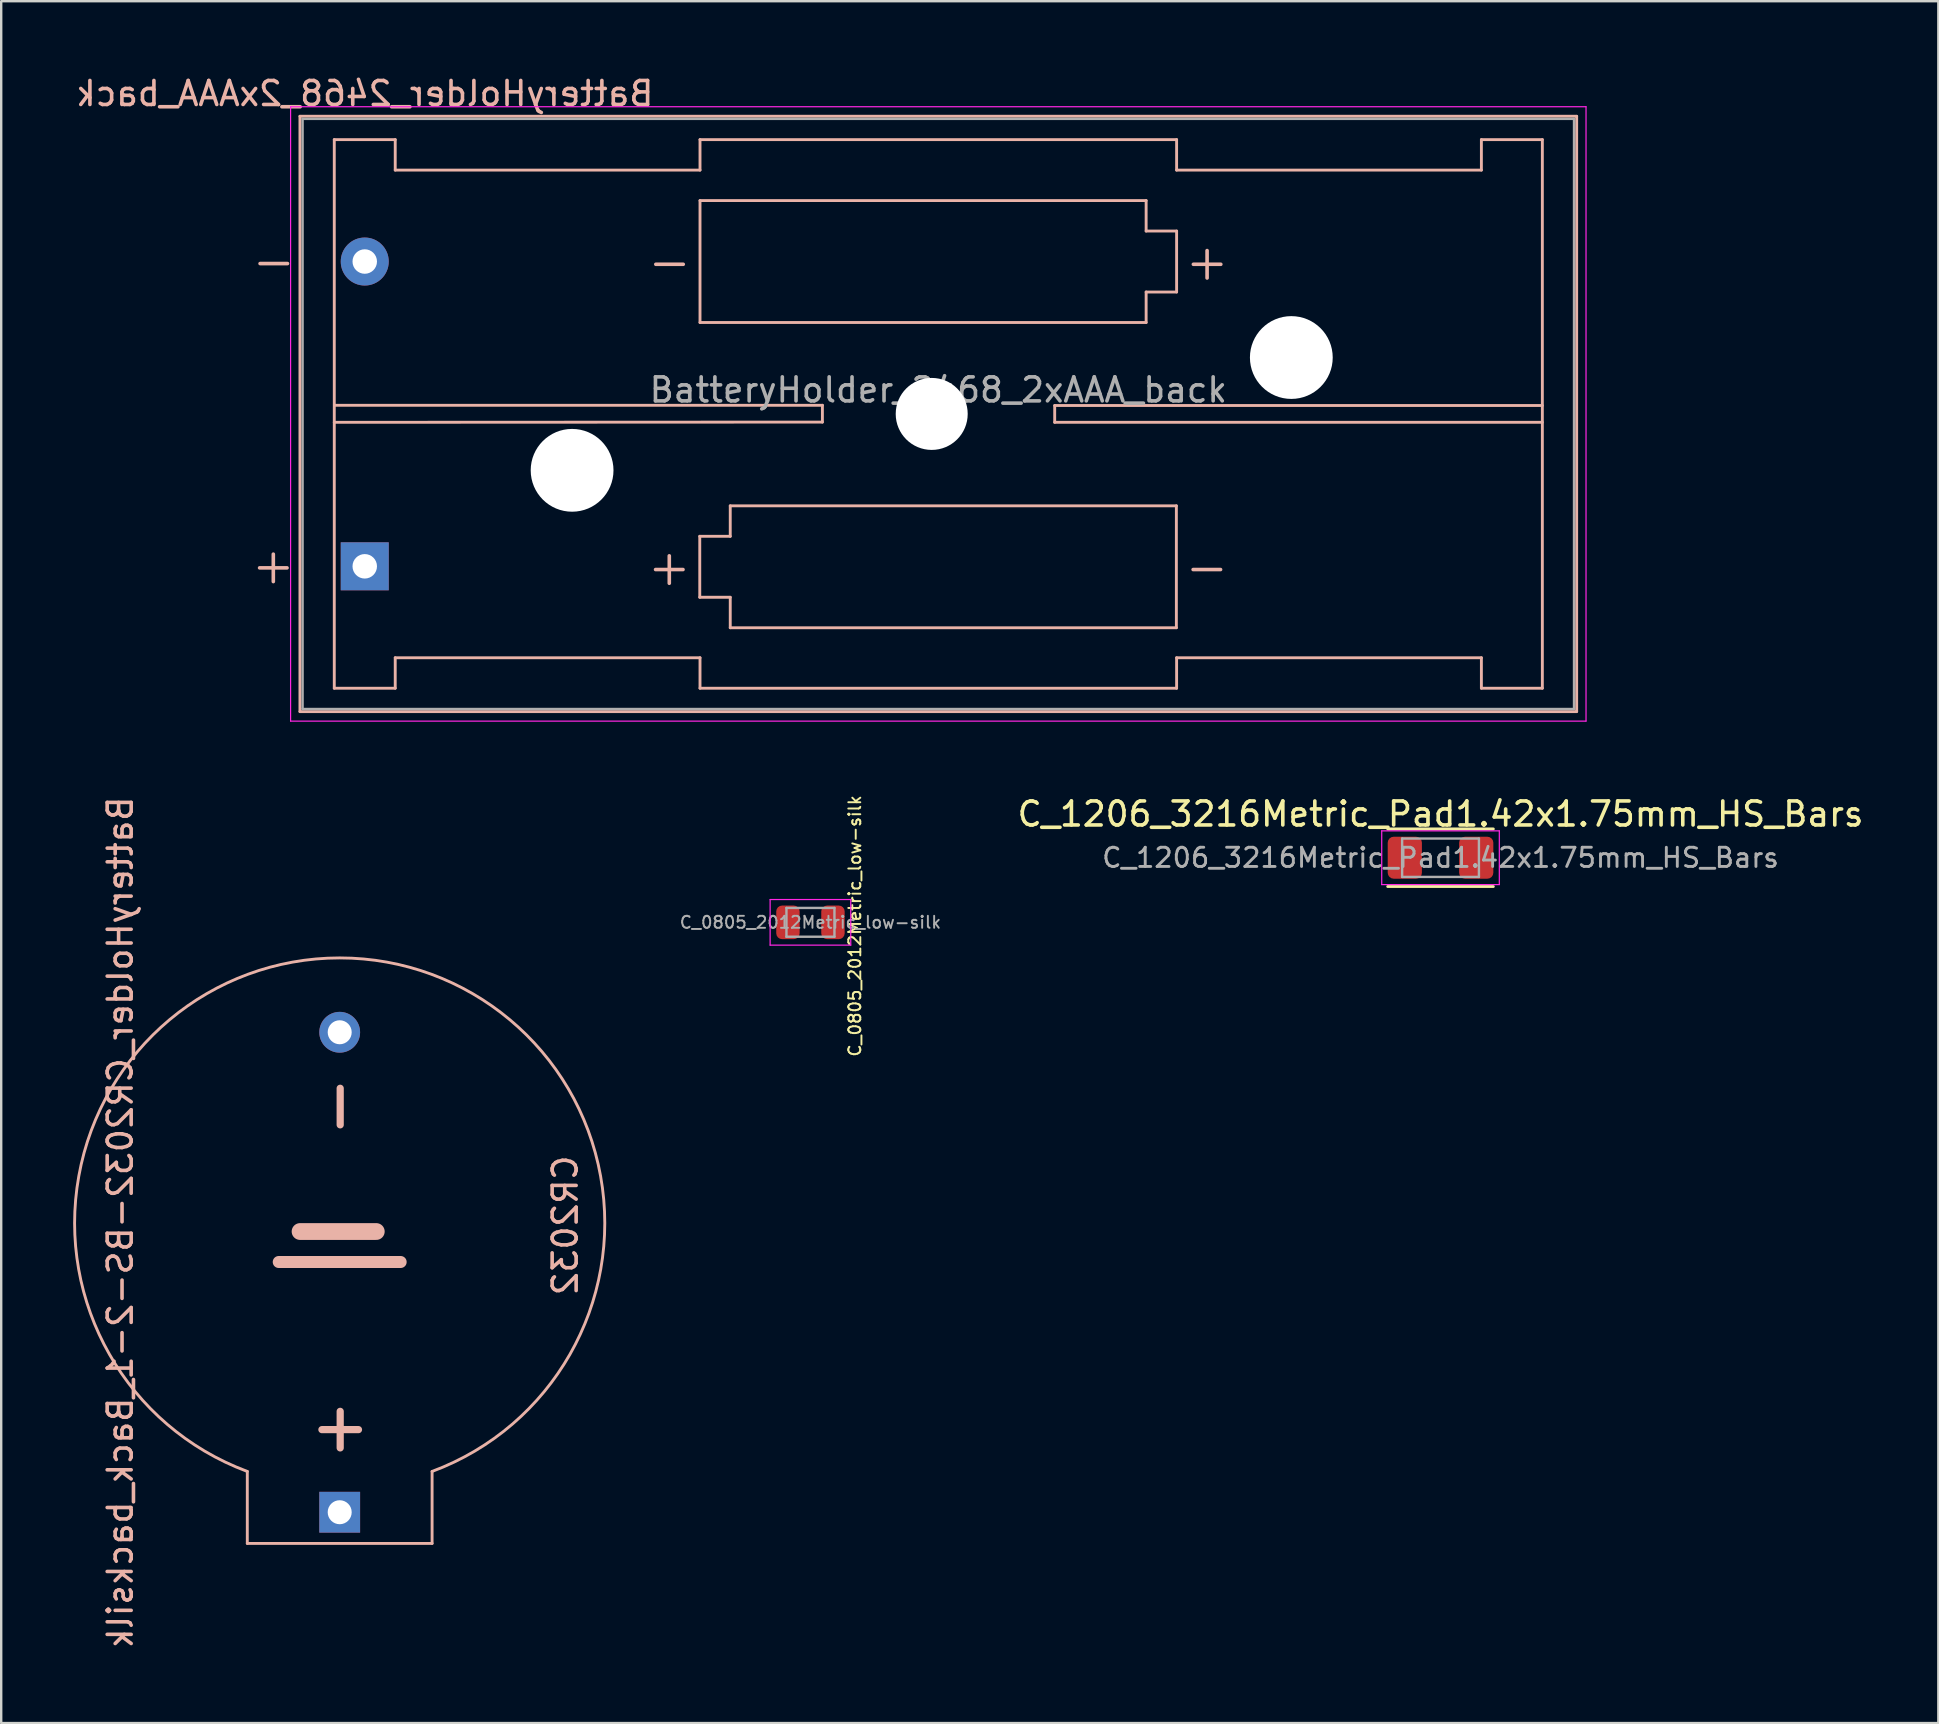
<source format=kicad_pcb>
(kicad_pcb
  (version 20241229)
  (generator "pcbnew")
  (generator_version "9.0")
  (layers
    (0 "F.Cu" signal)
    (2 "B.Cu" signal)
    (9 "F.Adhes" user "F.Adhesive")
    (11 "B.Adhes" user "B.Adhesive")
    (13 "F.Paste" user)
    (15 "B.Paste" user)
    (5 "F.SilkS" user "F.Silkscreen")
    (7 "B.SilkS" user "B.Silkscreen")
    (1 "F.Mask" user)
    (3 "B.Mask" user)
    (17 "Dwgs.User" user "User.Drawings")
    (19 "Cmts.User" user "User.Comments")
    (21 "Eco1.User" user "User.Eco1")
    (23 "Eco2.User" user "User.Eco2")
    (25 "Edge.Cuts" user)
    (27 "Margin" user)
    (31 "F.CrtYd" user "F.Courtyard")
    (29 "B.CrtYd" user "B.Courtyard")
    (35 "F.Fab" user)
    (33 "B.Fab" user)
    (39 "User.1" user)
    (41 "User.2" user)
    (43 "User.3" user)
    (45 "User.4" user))
  (footprint "C_0805_2012Metric_low-silk"
    (layer "F.Cu")
    (at 30.721 35.384)
    (property "Reference" "C_0805_2012Metric_low-silk" (at 1.85 0.15 270) (layer "F.SilkS") (effects (font (size 0.5 0.5) (thickness 0.08))))
    (attr smd)
    (fp_line (start -1.68 -0.95) (end 1.68 -0.95) (stroke (width 0.05) (type solid)) (layer "F.CrtYd"))
    (fp_line (start -1.68 0.95) (end -1.68 -0.95) (stroke (width 0.05) (type solid)) (layer "F.CrtYd"))
    (fp_line (start 1.68 -0.95) (end 1.68 0.95) (stroke (width 0.05) (type solid)) (layer "F.CrtYd"))
    (fp_line (start 1.68 0.95) (end -1.68 0.95) (stroke (width 0.05) (type solid)) (layer "F.CrtYd"))
    (fp_line (start -1 -0.6) (end 1 -0.6) (stroke (width 0.1) (type solid)) (layer "F.Fab"))
    (fp_line (start -1 0.6) (end -1 -0.6) (stroke (width 0.1) (type solid)) (layer "F.Fab"))
    (fp_line (start 1 -0.6) (end 1 0.6) (stroke (width 0.1) (type solid)) (layer "F.Fab"))
    (fp_line (start 1 0.6) (end -1 0.6) (stroke (width 0.1) (type solid)) (layer "F.Fab"))
    (fp_text user "${REFERENCE}" (at 0 0 0) (layer "F.Fab") (effects (font (size 0.5 0.5) (thickness 0.08))))
    (pad "1" smd roundrect (at -0.938 0) (size 0.975 1.4) (layers "F.Cu" "F.Mask" "F.Paste") (roundrect_rratio 0.25))
    (pad "2" smd roundrect (at 0.938 0) (size 0.975 1.4) (layers "F.Cu" "F.Mask" "F.Paste") (roundrect_rratio 0.25)))
  (footprint "BatteryHolder_2468_2xAAA_back"
    (layer "F.Cu")
    (at 12.149 7.848)
    (property "Reference" "BatteryHolder_2468_2xAAA_back" (at 0 -7 0) (layer "B.SilkS") (effects (font (size 1 1) (thickness 0.15)) (justify mirror)))
    (attr through_hole)
    (fp_line (start -2.7 -6.05) (end -2.7 18.75) (stroke (width 0.12) (type solid)) (layer "B.SilkS"))
    (fp_line (start -2.7 18.755) (end 50.5 18.755) (stroke (width 0.12) (type solid)) (layer "B.SilkS"))
    (fp_line (start -1.27 -5.08) (end -1.27 17.78) (stroke (width 0.12) (type solid)) (layer "B.SilkS"))
    (fp_line (start -1.27 17.78) (end 1.27 17.78) (stroke (width 0.12) (type solid)) (layer "B.SilkS"))
    (fp_line (start 1.27 -5.08) (end -1.27 -5.08) (stroke (width 0.12) (type solid)) (layer "B.SilkS"))
    (fp_line (start 1.27 -3.81) (end 1.27 -5.08) (stroke (width 0.12) (type solid)) (layer "B.SilkS"))
    (fp_line (start 1.27 -3.81) (end 13.97 -3.81) (stroke (width 0.12) (type solid)) (layer "B.SilkS"))
    (fp_line (start 1.27 16.51) (end 13.97 16.51) (stroke (width 0.12) (type solid)) (layer "B.SilkS"))
    (fp_line (start 1.27 17.78) (end 1.27 16.51) (stroke (width 0.12) (type solid)) (layer "B.SilkS"))
    (fp_line (start 13.96 11.45) (end 15.23 11.45) (stroke (width 0.12) (type solid)) (layer "B.SilkS"))
    (fp_line (start 13.96 13.99) (end 13.96 11.45) (stroke (width 0.12) (type solid)) (layer "B.SilkS"))
    (fp_line (start 13.97 -5.08) (end 13.97 -3.81) (stroke (width 0.12) (type solid)) (layer "B.SilkS"))
    (fp_line (start 13.97 -2.54) (end 32.56 -2.54) (stroke (width 0.12) (type solid)) (layer "B.SilkS"))
    (fp_line (start 13.97 2.54) (end 13.97 -2.54) (stroke (width 0.12) (type solid)) (layer "B.SilkS"))
    (fp_line (start 13.97 16.51) (end 13.97 17.78) (stroke (width 0.12) (type solid)) (layer "B.SilkS"))
    (fp_line (start 13.97 17.78) (end 33.83 17.78) (stroke (width 0.12) (type solid)) (layer "B.SilkS"))
    (fp_line (start 15.23 10.18) (end 33.82 10.18) (stroke (width 0.12) (type solid)) (layer "B.SilkS"))
    (fp_line (start 15.23 11.45) (end 15.23 10.18) (stroke (width 0.12) (type solid)) (layer "B.SilkS"))
    (fp_line (start 15.23 13.99) (end 13.96 13.99) (stroke (width 0.12) (type solid)) (layer "B.SilkS"))
    (fp_line (start 15.23 15.26) (end 15.23 13.99) (stroke (width 0.12) (type solid)) (layer "B.SilkS"))
    (fp_line (start 19.07 5.99) (end -1.25 5.99) (stroke (width 0.12) (type solid)) (layer "B.SilkS"))
    (fp_line (start 19.07 5.99) (end 19.07 6.69) (stroke (width 0.12) (type solid)) (layer "B.SilkS"))
    (fp_line (start 19.07 6.69) (end -1.27 6.7) (stroke (width 0.12) (type solid)) (layer "B.SilkS"))
    (fp_line (start 28.75 6) (end 28.75 6.7) (stroke (width 0.12) (type solid)) (layer "B.SilkS"))
    (fp_line (start 28.75 6.7) (end 49.07 6.7) (stroke (width 0.12) (type solid)) (layer "B.SilkS"))
    (fp_line (start 32.56 -2.54) (end 32.56 -1.27) (stroke (width 0.12) (type solid)) (layer "B.SilkS"))
    (fp_line (start 32.56 -1.27) (end 33.83 -1.27) (stroke (width 0.12) (type solid)) (layer "B.SilkS"))
    (fp_line (start 32.56 1.27) (end 32.56 2.54) (stroke (width 0.12) (type solid)) (layer "B.SilkS"))
    (fp_line (start 32.56 2.54) (end 13.97 2.54) (stroke (width 0.12) (type solid)) (layer "B.SilkS"))
    (fp_line (start 33.82 10.18) (end 33.82 15.26) (stroke (width 0.12) (type solid)) (layer "B.SilkS"))
    (fp_line (start 33.82 15.26) (end 15.23 15.26) (stroke (width 0.12) (type solid)) (layer "B.SilkS"))
    (fp_line (start 33.83 -5.08) (end 13.97 -5.08) (stroke (width 0.12) (type solid)) (layer "B.SilkS"))
    (fp_line (start 33.83 -3.81) (end 33.83 -5.08) (stroke (width 0.12) (type solid)) (layer "B.SilkS"))
    (fp_line (start 33.83 -1.27) (end 33.83 1.27) (stroke (width 0.12) (type solid)) (layer "B.SilkS"))
    (fp_line (start 33.83 1.27) (end 32.56 1.27) (stroke (width 0.12) (type solid)) (layer "B.SilkS"))
    (fp_line (start 33.83 17.78) (end 33.83 16.51) (stroke (width 0.12) (type solid)) (layer "B.SilkS"))
    (fp_line (start 46.53 -5.08) (end 46.53 -3.81) (stroke (width 0.12) (type solid)) (layer "B.SilkS"))
    (fp_line (start 46.53 -3.81) (end 33.83 -3.81) (stroke (width 0.12) (type solid)) (layer "B.SilkS"))
    (fp_line (start 46.53 16.51) (end 33.83 16.51) (stroke (width 0.12) (type solid)) (layer "B.SilkS"))
    (fp_line (start 46.53 17.78) (end 46.53 16.51) (stroke (width 0.12) (type solid)) (layer "B.SilkS"))
    (fp_line (start 49.07 -5.08) (end 46.53 -5.08) (stroke (width 0.12) (type solid)) (layer "B.SilkS"))
    (fp_line (start 49.07 -5.08) (end 49.07 17.78) (stroke (width 0.12) (type solid)) (layer "B.SilkS"))
    (fp_line (start 49.07 6) (end 28.75 6) (stroke (width 0.12) (type solid)) (layer "B.SilkS"))
    (fp_line (start 49.07 17.78) (end 46.53 17.78) (stroke (width 0.12) (type solid)) (layer "B.SilkS"))
    (fp_line (start 50.5 -6.055) (end -2.7 -6.055) (stroke (width 0.12) (type solid)) (layer "B.SilkS"))
    (fp_line (start 50.5 18.75) (end 50.5 -6.05) (stroke (width 0.12) (type solid)) (layer "B.SilkS"))
    (fp_line (start -3.09 -6.45) (end -3.09 19.15) (stroke (width 0.05) (type solid)) (layer "F.CrtYd"))
    (fp_line (start -3.09 19.15) (end 50.89 19.15) (stroke (width 0.05) (type solid)) (layer "F.CrtYd"))
    (fp_line (start 50.89 -6.45) (end -3.09 -6.45) (stroke (width 0.05) (type solid)) (layer "F.CrtYd"))
    (fp_line (start 50.89 19.15) (end 50.89 -6.45) (stroke (width 0.05) (type solid)) (layer "F.CrtYd"))
    (fp_line (start -2.59 -5.945) (end 50.39 -5.945) (stroke (width 0.1) (type solid)) (layer "F.Fab"))
    (fp_line (start -2.59 18.645) (end -2.59 -5.945) (stroke (width 0.1) (type solid)) (layer "F.Fab"))
    (fp_line (start -2.59 18.645) (end 50.39 18.645) (stroke (width 0.1) (type solid)) (layer "F.Fab"))
    (fp_line (start 50.39 18.645) (end 50.39 -5.945) (stroke (width 0.1) (type solid)) (layer "F.Fab"))
    (fp_text user "+" (at 35.1 0 0) (layer "B.SilkS") (effects (font (size 1.5 1.5) (thickness 0.15))))
    (fp_text user "+" (at -3.81 12.65 0) (layer "B.SilkS") (effects (font (size 1.5 1.5) (thickness 0.15))))
    (fp_text user "-" (at -3.79 -0.03 0) (layer "B.SilkS") (effects (font (size 1.5 1.5) (thickness 0.15))))
    (fp_text user "-" (at 35.09 12.72 0) (layer "B.SilkS") (effects (font (size 1.5 1.5) (thickness 0.15))))
    (fp_text user "-" (at 12.7 0 0) (layer "B.SilkS") (effects (font (size 1.5 1.5) (thickness 0.15))))
    (fp_text user "+" (at 12.69 12.72 0) (layer "B.SilkS") (effects (font (size 1.5 1.5) (thickness 0.15))))
    (fp_text user "${REFERENCE}" (at 23.9 5.35 0) (layer "F.Fab") (effects (font (size 1 1) (thickness 0.15))))
    (pad "" np_thru_hole circle (at 8.64 8.7) (size 3.45 3.45) (drill 3.45) (layers "*.Cu" "*.Mask"))
    (pad "" np_thru_hole circle (at 23.625 6.35) (size 3 3) (drill 3) (layers "*.Cu" "*.Mask"))
    (pad "" np_thru_hole circle (at 38.61 4) (size 3.45 3.45) (drill 3.45) (layers "*.Cu" "*.Mask"))
    (pad "1" thru_hole rect (at 0 12.7) (size 2 2) (drill 1.02) (layers "*.Cu" "*.Mask"))
    (pad "2" thru_hole circle (at 0 0) (size 2 2) (drill 1.02) (layers "*.Cu" "*.Mask")))
  (footprint "BatteryHolder_CR2032-BS-2-1_Back_backsilk"
    (layer "F.Cu")
    (at 11.105 36.964)
    (property "Reference" "BatteryHolder_CR2032-BS-2-1_Back_backsilk" (at -9.144 10.922 90) (layer "B.SilkS") (effects (font (size 1 1) (thickness 0.15)) (justify mirror)))
    (attr through_hole)
    (fp_line (start -3.85 24.3) (end -3.85 21.3) (stroke (width 0.12) (type solid)) (layer "B.SilkS"))
    (fp_line (start -3.85 24.3) (end 3.85 24.3) (stroke (width 0.12) (type solid)) (layer "B.SilkS"))
    (fp_line (start -2.54 12.573) (end 2.54 12.573) (stroke (width 0.5) (type solid)) (layer "B.SilkS"))
    (fp_line (start -1.651 11.303) (end 1.524 11.303) (stroke (width 0.7) (type solid)) (layer "B.SilkS"))
    (fp_line (start 3.85 24.3) (end 3.85 21.3) (stroke (width 0.12) (type solid)) (layer "B.SilkS"))
    (fp_arc (start -3.850171 21.299936) (mid 0.000091 -0.097908) (end 3.85 21.3) (stroke (width 0.12) (type solid)) (layer "B.SilkS"))
    (fp_text user "-" (at -0.127 6.096 90) (layer "B.SilkS") (effects (font (size 2 2) (thickness 0.3)) (justify mirror)))
    (fp_text user "+" (at -0.127 19.558 90) (layer "B.SilkS") (effects (font (size 2 2) (thickness 0.3)) (justify mirror)))
    (fp_text user "CR2032" (at 9.398 11.049 90) (layer "B.SilkS") (effects (font (size 1 1) (thickness 0.15)) (justify mirror)))
    (pad "1" thru_hole rect (at 0 23) (size 1.7 1.7) (drill 1) (layers "*.Cu" "*.Mask"))
    (pad "2" thru_hole circle (at 0 3) (size 1.7 1.7) (drill 1) (layers "*.Cu" "*.Mask")))
  (footprint "C_1206_3216Metric_Pad1.42x1.75mm_HS_Bars"
    (layer "F.Cu")
    (at 56.976 32.691)
    (property "Reference" "C_1206_3216Metric_Pad1.42x1.75mm_HS_Bars" (at 0 -1.82 0) (layer "F.SilkS") (effects (font (size 1 1) (thickness 0.15))))
    (attr smd)
    (fp_line (start -2.2 -1.2) (end 2.2 -1.2) (stroke (width 0.12) (type solid)) (layer "F.SilkS"))
    (fp_line (start -2.2 1.2) (end 2.2 1.2) (stroke (width 0.12) (type solid)) (layer "F.SilkS"))
    (fp_line (start -2.45 -1.12) (end 2.45 -1.12) (stroke (width 0.05) (type solid)) (layer "F.CrtYd"))
    (fp_line (start -2.45 1.12) (end -2.45 -1.12) (stroke (width 0.05) (type solid)) (layer "F.CrtYd"))
    (fp_line (start 2.45 -1.12) (end 2.45 1.12) (stroke (width 0.05) (type solid)) (layer "F.CrtYd"))
    (fp_line (start 2.45 1.12) (end -2.45 1.12) (stroke (width 0.05) (type solid)) (layer "F.CrtYd"))
    (fp_line (start -1.6 -0.8) (end 1.6 -0.8) (stroke (width 0.1) (type solid)) (layer "F.Fab"))
    (fp_line (start -1.6 0.8) (end -1.6 -0.8) (stroke (width 0.1) (type solid)) (layer "F.Fab"))
    (fp_line (start 1.6 -0.8) (end 1.6 0.8) (stroke (width 0.1) (type solid)) (layer "F.Fab"))
    (fp_line (start 1.6 0.8) (end -1.6 0.8) (stroke (width 0.1) (type solid)) (layer "F.Fab"))
    (fp_text user "${REFERENCE}" (at 0 0 0) (layer "F.Fab") (effects (font (size 0.8 0.8) (thickness 0.12))))
    (pad "1" smd roundrect (at -1.488 0) (size 1.425 1.75) (layers "F.Cu" "F.Mask" "F.Paste") (roundrect_rratio 0.175))
    (pad "2" smd roundrect (at 1.488 0) (size 1.425 1.75) (layers "F.Cu" "F.Mask" "F.Paste") (roundrect_rratio 0.175)))
  (gr_rect
    (start -3 -3)
    (end 77.72 68.749)
    (stroke (width 0.1) (type default))
    (fill no)
    (layer "Edge.Cuts")))
</source>
